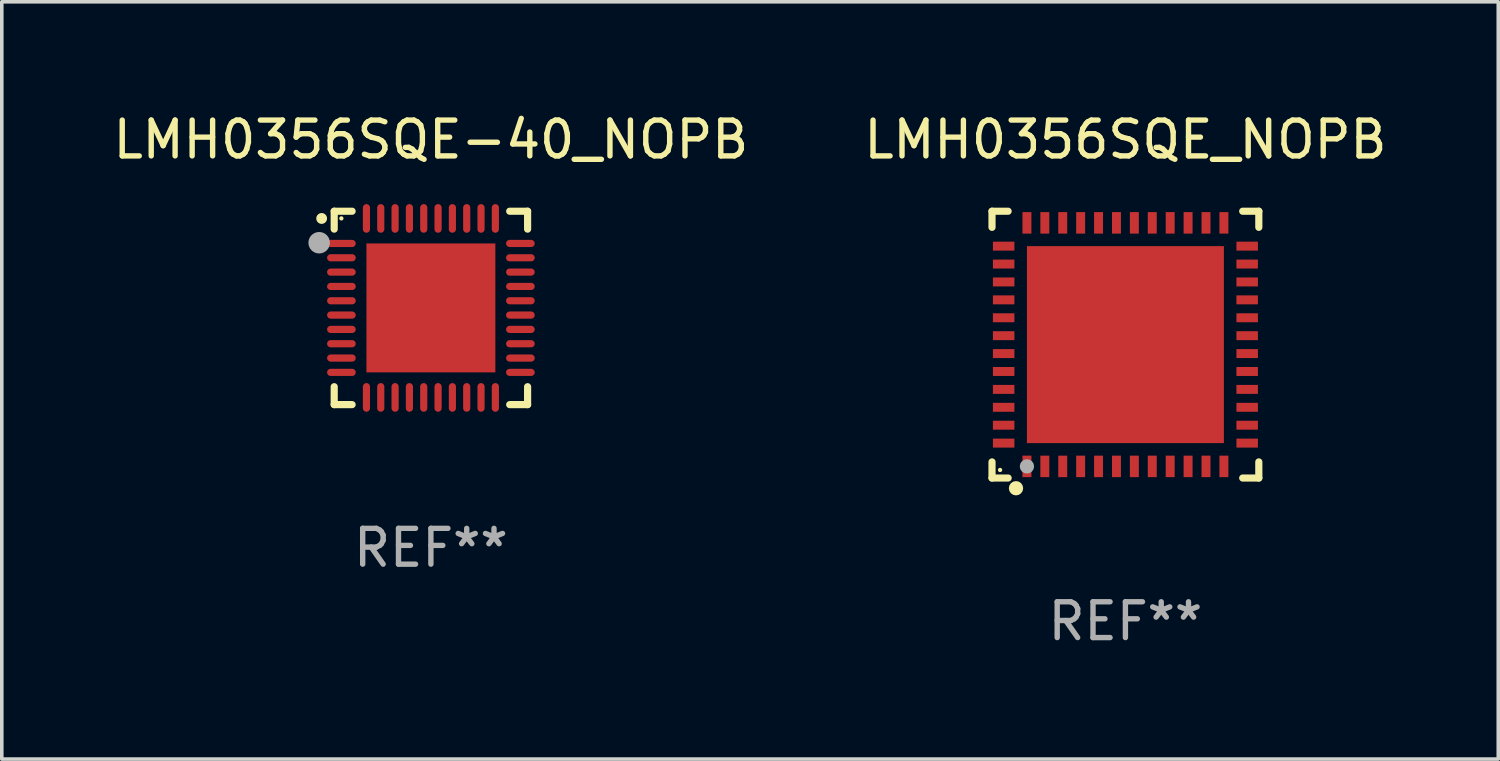
<source format=kicad_pcb>
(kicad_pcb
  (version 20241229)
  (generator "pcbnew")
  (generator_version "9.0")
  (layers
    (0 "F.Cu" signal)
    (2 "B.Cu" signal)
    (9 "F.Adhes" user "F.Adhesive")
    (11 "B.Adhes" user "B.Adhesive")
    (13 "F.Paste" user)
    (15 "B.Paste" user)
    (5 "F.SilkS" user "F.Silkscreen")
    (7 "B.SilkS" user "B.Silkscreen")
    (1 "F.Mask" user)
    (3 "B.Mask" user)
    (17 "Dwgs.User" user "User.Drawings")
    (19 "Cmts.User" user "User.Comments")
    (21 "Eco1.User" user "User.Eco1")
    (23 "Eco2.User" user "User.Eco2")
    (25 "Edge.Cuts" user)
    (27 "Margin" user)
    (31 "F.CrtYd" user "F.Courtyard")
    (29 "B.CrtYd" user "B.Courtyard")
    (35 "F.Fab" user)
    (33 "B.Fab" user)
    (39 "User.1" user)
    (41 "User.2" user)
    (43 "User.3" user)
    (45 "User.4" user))
  (footprint "LMH0356SQE_NOPB"
    (layer "F.Cu")
    (at 28.375 6.573)
    (property "Reference" "LMH0356SQE_NOPB" (at 0 -5.725 0) (layer "F.SilkS") (effects (font (size 1 1) (thickness 0.15))))
    (attr through_hole)
    (fp_line (start -3.725 -3.725) (end -3.275 -3.725) (stroke (width 0.2) (type solid)) (layer "F.SilkS"))
    (fp_line (start -3.725 -3.275) (end -3.725 -3.725) (stroke (width 0.2) (type solid)) (layer "F.SilkS"))
    (fp_line (start -3.725 3.725) (end -3.725 3.275) (stroke (width 0.2) (type solid)) (layer "F.SilkS"))
    (fp_line (start -3.275 3.725) (end -3.725 3.725) (stroke (width 0.2) (type solid)) (layer "F.SilkS"))
    (fp_line (start 3.275 3.725) (end 3.725 3.725) (stroke (width 0.2) (type solid)) (layer "F.SilkS"))
    (fp_line (start 3.725 -3.725) (end 3.275 -3.725) (stroke (width 0.2) (type solid)) (layer "F.SilkS"))
    (fp_line (start 3.725 -3.275) (end 3.725 -3.725) (stroke (width 0.2) (type solid)) (layer "F.SilkS"))
    (fp_line (start 3.725 3.725) (end 3.725 3.275) (stroke (width 0.2) (type solid)) (layer "F.SilkS"))
    (fp_circle (center -3.5 3.5) (end -3.47 3.5) (stroke (width 0.06) (type solid)) (fill no) (layer "F.SilkS"))
    (fp_circle (center -3.055 4.01) (end -2.955 4.01) (stroke (width 0.2) (type solid)) (fill no) (layer "F.SilkS"))
    (fp_circle (center -2.75 3.4) (end -2.65 3.4) (stroke (width 0.2) (type solid)) (fill no) (layer "F.Fab"))
    (fp_text user "REF**" (at 0 7.725 0) (layer "F.Fab") (effects (font (size 1 1) (thickness 0.15))))
    (pad "1" smd rect (at -2.75 3.4 180) (size 0.25 0.6) (layers "F.Cu" "F.Mask" "F.Paste"))
    (pad "2" smd rect (at -2.25 3.4 180) (size 0.25 0.6) (layers "F.Cu" "F.Mask" "F.Paste"))
    (pad "3" smd rect (at -1.75 3.4 180) (size 0.25 0.6) (layers "F.Cu" "F.Mask" "F.Paste"))
    (pad "4" smd rect (at -1.25 3.4 180) (size 0.25 0.6) (layers "F.Cu" "F.Mask" "F.Paste"))
    (pad "5" smd rect (at -0.75 3.4 180) (size 0.25 0.6) (layers "F.Cu" "F.Mask" "F.Paste"))
    (pad "6" smd rect (at -0.25 3.4 180) (size 0.25 0.6) (layers "F.Cu" "F.Mask" "F.Paste"))
    (pad "7" smd rect (at 0.25 3.4 180) (size 0.25 0.6) (layers "F.Cu" "F.Mask" "F.Paste"))
    (pad "8" smd rect (at 0.75 3.4 180) (size 0.25 0.6) (layers "F.Cu" "F.Mask" "F.Paste"))
    (pad "9" smd rect (at 1.25 3.4 180) (size 0.25 0.6) (layers "F.Cu" "F.Mask" "F.Paste"))
    (pad "10" smd rect (at 1.75 3.4 180) (size 0.25 0.6) (layers "F.Cu" "F.Mask" "F.Paste"))
    (pad "11" smd rect (at 2.25 3.4 180) (size 0.25 0.6) (layers "F.Cu" "F.Mask" "F.Paste"))
    (pad "12" smd rect (at 2.75 3.4 180) (size 0.25 0.6) (layers "F.Cu" "F.Mask" "F.Paste"))
    (pad "13" smd rect (at 3.4 2.75 90) (size 0.25 0.6) (layers "F.Cu" "F.Mask" "F.Paste"))
    (pad "14" smd rect (at 3.4 2.25 90) (size 0.25 0.6) (layers "F.Cu" "F.Mask" "F.Paste"))
    (pad "15" smd rect (at 3.4 1.75 90) (size 0.25 0.6) (layers "F.Cu" "F.Mask" "F.Paste"))
    (pad "16" smd rect (at 3.4 1.25 90) (size 0.25 0.6) (layers "F.Cu" "F.Mask" "F.Paste"))
    (pad "17" smd rect (at 3.4 0.75 90) (size 0.25 0.6) (layers "F.Cu" "F.Mask" "F.Paste"))
    (pad "18" smd rect (at 3.4 0.25 90) (size 0.25 0.6) (layers "F.Cu" "F.Mask" "F.Paste"))
    (pad "19" smd rect (at 3.4 -0.25 90) (size 0.25 0.6) (layers "F.Cu" "F.Mask" "F.Paste"))
    (pad "20" smd rect (at 3.4 -0.75 90) (size 0.25 0.6) (layers "F.Cu" "F.Mask" "F.Paste"))
    (pad "21" smd rect (at 3.4 -1.25 90) (size 0.25 0.6) (layers "F.Cu" "F.Mask" "F.Paste"))
    (pad "22" smd rect (at 3.4 -1.75 90) (size 0.25 0.6) (layers "F.Cu" "F.Mask" "F.Paste"))
    (pad "23" smd rect (at 3.4 -2.25 90) (size 0.25 0.6) (layers "F.Cu" "F.Mask" "F.Paste"))
    (pad "24" smd rect (at 3.4 -2.75 90) (size 0.25 0.6) (layers "F.Cu" "F.Mask" "F.Paste"))
    (pad "25" smd rect (at 2.75 -3.4 180) (size 0.25 0.6) (layers "F.Cu" "F.Mask" "F.Paste"))
    (pad "26" smd rect (at 2.25 -3.4 180) (size 0.25 0.6) (layers "F.Cu" "F.Mask" "F.Paste"))
    (pad "27" smd rect (at 1.75 -3.4 180) (size 0.25 0.6) (layers "F.Cu" "F.Mask" "F.Paste"))
    (pad "28" smd rect (at 1.25 -3.4 180) (size 0.25 0.6) (layers "F.Cu" "F.Mask" "F.Paste"))
    (pad "29" smd rect (at 0.75 -3.4 180) (size 0.25 0.6) (layers "F.Cu" "F.Mask" "F.Paste"))
    (pad "30" smd rect (at 0.25 -3.4 180) (size 0.25 0.6) (layers "F.Cu" "F.Mask" "F.Paste"))
    (pad "31" smd rect (at -0.25 -3.4 180) (size 0.25 0.6) (layers "F.Cu" "F.Mask" "F.Paste"))
    (pad "32" smd rect (at -0.75 -3.4 180) (size 0.25 0.6) (layers "F.Cu" "F.Mask" "F.Paste"))
    (pad "33" smd rect (at -1.25 -3.4 180) (size 0.25 0.6) (layers "F.Cu" "F.Mask" "F.Paste"))
    (pad "34" smd rect (at -1.75 -3.4 180) (size 0.25 0.6) (layers "F.Cu" "F.Mask" "F.Paste"))
    (pad "35" smd rect (at -2.25 -3.4 180) (size 0.25 0.6) (layers "F.Cu" "F.Mask" "F.Paste"))
    (pad "36" smd rect (at -2.75 -3.4 180) (size 0.25 0.6) (layers "F.Cu" "F.Mask" "F.Paste"))
    (pad "37" smd rect (at -3.4 -2.75 90) (size 0.25 0.6) (layers "F.Cu" "F.Mask" "F.Paste"))
    (pad "38" smd rect (at -3.4 -2.25 90) (size 0.25 0.6) (layers "F.Cu" "F.Mask" "F.Paste"))
    (pad "39" smd rect (at -3.4 -1.75 90) (size 0.25 0.6) (layers "F.Cu" "F.Mask" "F.Paste"))
    (pad "40" smd rect (at -3.4 -1.25 90) (size 0.25 0.6) (layers "F.Cu" "F.Mask" "F.Paste"))
    (pad "41" smd rect (at -3.4 -0.75 90) (size 0.25 0.6) (layers "F.Cu" "F.Mask" "F.Paste"))
    (pad "42" smd rect (at -3.4 -0.25 90) (size 0.25 0.6) (layers "F.Cu" "F.Mask" "F.Paste"))
    (pad "43" smd rect (at -3.4 0.25 90) (size 0.25 0.6) (layers "F.Cu" "F.Mask" "F.Paste"))
    (pad "44" smd rect (at -3.4 0.75 90) (size 0.25 0.6) (layers "F.Cu" "F.Mask" "F.Paste"))
    (pad "45" smd rect (at -3.4 1.25 90) (size 0.25 0.6) (layers "F.Cu" "F.Mask" "F.Paste"))
    (pad "46" smd rect (at -3.4 1.75 90) (size 0.25 0.6) (layers "F.Cu" "F.Mask" "F.Paste"))
    (pad "47" smd rect (at -3.4 2.25 90) (size 0.25 0.6) (layers "F.Cu" "F.Mask" "F.Paste"))
    (pad "48" smd rect (at -3.4 2.75 90) (size 0.25 0.6) (layers "F.Cu" "F.Mask" "F.Paste"))
    (pad "49" smd rect (at -0.000076 -0.000076 90) (size 5.5 5.5) (layers "F.Cu" "F.Mask" "F.Paste")))
  (footprint "LMH0356SQE-40_NOPB"
    (layer "F.Cu")
    (at 8.982 5.548)
    (property "Reference" "LMH0356SQE-40_NOPB" (at 0 -4.7 0) (layer "F.SilkS") (effects (font (size 1 1) (thickness 0.15))))
    (attr through_hole)
    (fp_line (start -2.7 -2.7) (end -2.2 -2.7) (stroke (width 0.2) (type solid)) (layer "F.SilkS"))
    (fp_line (start -2.7 -2.2) (end -2.7 -2.7) (stroke (width 0.2) (type solid)) (layer "F.SilkS"))
    (fp_line (start -2.7 2.7) (end -2.7 2.2) (stroke (width 0.2) (type solid)) (layer "F.SilkS"))
    (fp_line (start -2.2 2.7) (end -2.7 2.7) (stroke (width 0.2) (type solid)) (layer "F.SilkS"))
    (fp_line (start 2.2 2.7) (end 2.7 2.7) (stroke (width 0.2) (type solid)) (layer "F.SilkS"))
    (fp_line (start 2.7 -2.7) (end 2.2 -2.7) (stroke (width 0.2) (type solid)) (layer "F.SilkS"))
    (fp_line (start 2.7 -2.2) (end 2.7 -2.7) (stroke (width 0.2) (type solid)) (layer "F.SilkS"))
    (fp_line (start 2.7 2.7) (end 2.7 2.2) (stroke (width 0.2) (type solid)) (layer "F.SilkS"))
    (fp_arc (start -3.050546 -2.496825) (mid -3.050551 -2.498095) (end -3.050546 -2.499365) (stroke (width 0.3) (type solid)) (layer "F.SilkS"))
    (fp_circle (center -2.5 -2.5) (end -2.47 -2.5) (stroke (width 0.06) (type solid)) (fill no) (layer "F.SilkS"))
    (fp_circle (center -3.12 -1.82) (end -2.97 -1.82) (stroke (width 0.3) (type solid)) (fill no) (layer "F.Fab"))
    (fp_text user "REF**" (at 0 6.7 0) (layer "F.Fab") (effects (font (size 1 1) (thickness 0.15))))
    (pad "1" smd oval (at -2.499 -1.8) (size 0.8 0.2) (layers "F.Cu" "F.Mask" "F.Paste"))
    (pad "2" smd oval (at -2.499 -1.4) (size 0.8 0.2) (layers "F.Cu" "F.Mask" "F.Paste"))
    (pad "3" smd oval (at -2.499 -1) (size 0.8 0.2) (layers "F.Cu" "F.Mask" "F.Paste"))
    (pad "4" smd oval (at -2.499 -0.6) (size 0.8 0.2) (layers "F.Cu" "F.Mask" "F.Paste"))
    (pad "5" smd oval (at -2.499 -0.2) (size 0.8 0.2) (layers "F.Cu" "F.Mask" "F.Paste"))
    (pad "6" smd oval (at -2.499 0.2) (size 0.8 0.2) (layers "F.Cu" "F.Mask" "F.Paste"))
    (pad "7" smd oval (at -2.499 0.6) (size 0.8 0.2) (layers "F.Cu" "F.Mask" "F.Paste"))
    (pad "8" smd oval (at -2.499 1) (size 0.8 0.2) (layers "F.Cu" "F.Mask" "F.Paste"))
    (pad "9" smd oval (at -2.499 1.4) (size 0.8 0.2) (layers "F.Cu" "F.Mask" "F.Paste"))
    (pad "10" smd oval (at -2.499 1.8) (size 0.8 0.2) (layers "F.Cu" "F.Mask" "F.Paste"))
    (pad "11" smd oval (at -1.8 2.499) (size 0.2 0.8) (layers "F.Cu" "F.Mask" "F.Paste"))
    (pad "12" smd oval (at -1.4 2.499) (size 0.2 0.8) (layers "F.Cu" "F.Mask" "F.Paste"))
    (pad "13" smd oval (at -1 2.499) (size 0.2 0.8) (layers "F.Cu" "F.Mask" "F.Paste"))
    (pad "14" smd oval (at -0.6 2.499) (size 0.2 0.8) (layers "F.Cu" "F.Mask" "F.Paste"))
    (pad "15" smd oval (at -0.2 2.499) (size 0.2 0.8) (layers "F.Cu" "F.Mask" "F.Paste"))
    (pad "16" smd oval (at 0.2 2.499) (size 0.2 0.8) (layers "F.Cu" "F.Mask" "F.Paste"))
    (pad "17" smd oval (at 0.6 2.499) (size 0.2 0.8) (layers "F.Cu" "F.Mask" "F.Paste"))
    (pad "18" smd oval (at 1 2.499) (size 0.2 0.8) (layers "F.Cu" "F.Mask" "F.Paste"))
    (pad "19" smd oval (at 1.4 2.499) (size 0.2 0.8) (layers "F.Cu" "F.Mask" "F.Paste"))
    (pad "20" smd oval (at 1.8 2.499) (size 0.2 0.8) (layers "F.Cu" "F.Mask" "F.Paste"))
    (pad "21" smd oval (at 2.499 1.8) (size 0.8 0.2) (layers "F.Cu" "F.Mask" "F.Paste"))
    (pad "22" smd oval (at 2.499 1.4) (size 0.8 0.2) (layers "F.Cu" "F.Mask" "F.Paste"))
    (pad "23" smd oval (at 2.499 1) (size 0.8 0.2) (layers "F.Cu" "F.Mask" "F.Paste"))
    (pad "24" smd oval (at 2.499 0.6) (size 0.8 0.2) (layers "F.Cu" "F.Mask" "F.Paste"))
    (pad "25" smd oval (at 2.499 0.2) (size 0.8 0.2) (layers "F.Cu" "F.Mask" "F.Paste"))
    (pad "26" smd oval (at 2.499 -0.2) (size 0.8 0.2) (layers "F.Cu" "F.Mask" "F.Paste"))
    (pad "27" smd oval (at 2.499 -0.6) (size 0.8 0.2) (layers "F.Cu" "F.Mask" "F.Paste"))
    (pad "28" smd oval (at 2.499 -1) (size 0.8 0.2) (layers "F.Cu" "F.Mask" "F.Paste"))
    (pad "29" smd oval (at 2.499 -1.4) (size 0.8 0.2) (layers "F.Cu" "F.Mask" "F.Paste"))
    (pad "30" smd oval (at 2.499 -1.8) (size 0.8 0.2) (layers "F.Cu" "F.Mask" "F.Paste"))
    (pad "31" smd oval (at 1.8 -2.499) (size 0.2 0.8) (layers "F.Cu" "F.Mask" "F.Paste"))
    (pad "32" smd oval (at 1.4 -2.499) (size 0.2 0.8) (layers "F.Cu" "F.Mask" "F.Paste"))
    (pad "33" smd oval (at 1 -2.499) (size 0.2 0.8) (layers "F.Cu" "F.Mask" "F.Paste"))
    (pad "34" smd oval (at 0.6 -2.499) (size 0.2 0.8) (layers "F.Cu" "F.Mask" "F.Paste"))
    (pad "35" smd oval (at 0.2 -2.499) (size 0.2 0.8) (layers "F.Cu" "F.Mask" "F.Paste"))
    (pad "36" smd oval (at -0.2 -2.499) (size 0.2 0.8) (layers "F.Cu" "F.Mask" "F.Paste"))
    (pad "37" smd oval (at -0.6 -2.499) (size 0.2 0.8) (layers "F.Cu" "F.Mask" "F.Paste"))
    (pad "38" smd oval (at -1 -2.499) (size 0.2 0.8) (layers "F.Cu" "F.Mask" "F.Paste"))
    (pad "39" smd oval (at -1.4 -2.499) (size 0.2 0.8) (layers "F.Cu" "F.Mask" "F.Paste"))
    (pad "40" smd oval (at -1.8 -2.499) (size 0.2 0.8) (layers "F.Cu" "F.Mask" "F.Paste"))
    (pad "41" smd rect (at 0.000025 -0.000102) (size 3.6 3.6) (layers "F.Cu" "F.Mask" "F.Paste")))
  (gr_rect
    (start -3 -3)
    (end 38.786 18.146)
    (stroke (width 0.1) (type default))
    (fill no)
    (layer "Edge.Cuts")))
</source>
